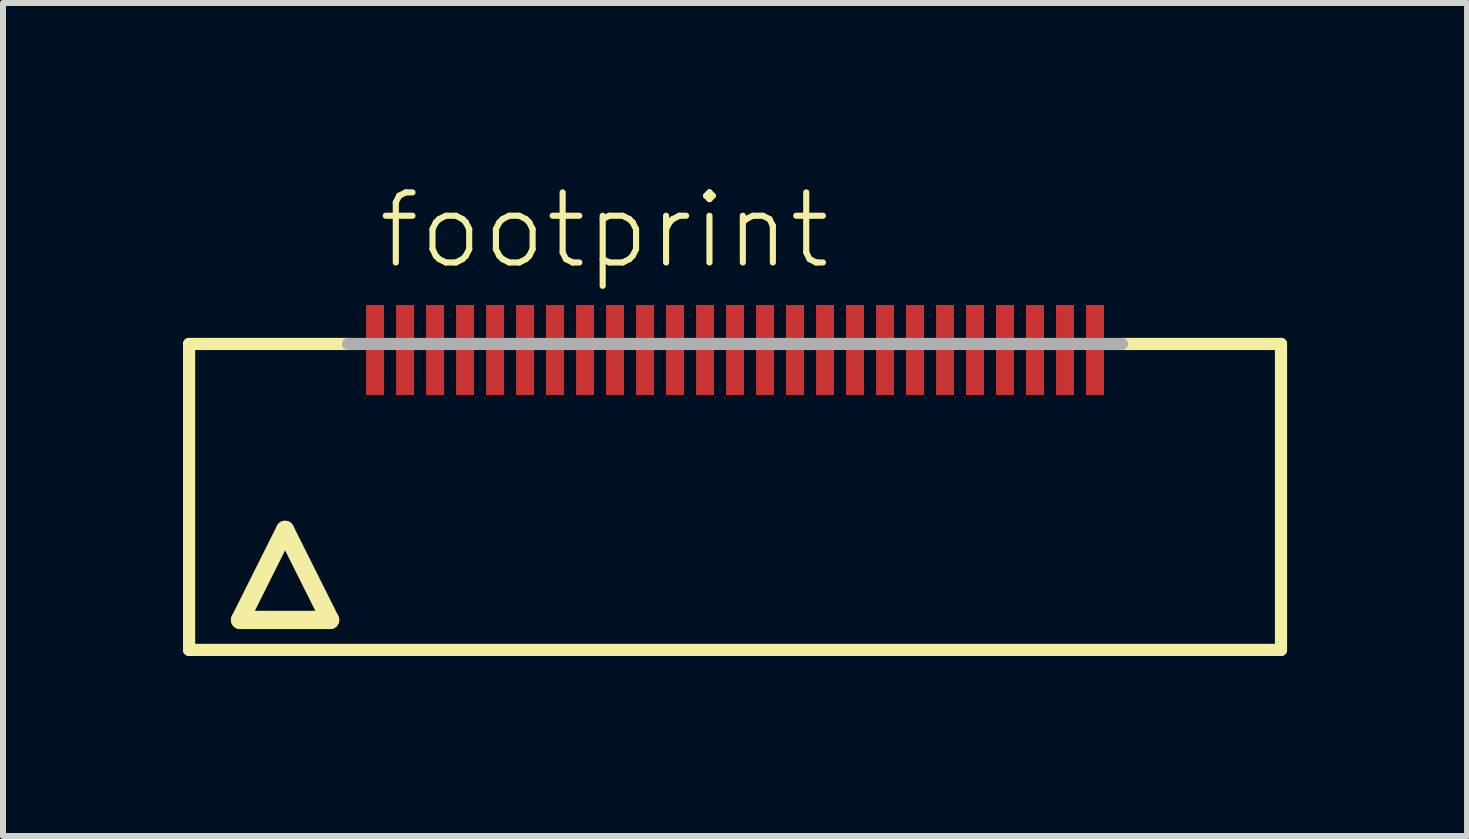
<source format=kicad_pcb>
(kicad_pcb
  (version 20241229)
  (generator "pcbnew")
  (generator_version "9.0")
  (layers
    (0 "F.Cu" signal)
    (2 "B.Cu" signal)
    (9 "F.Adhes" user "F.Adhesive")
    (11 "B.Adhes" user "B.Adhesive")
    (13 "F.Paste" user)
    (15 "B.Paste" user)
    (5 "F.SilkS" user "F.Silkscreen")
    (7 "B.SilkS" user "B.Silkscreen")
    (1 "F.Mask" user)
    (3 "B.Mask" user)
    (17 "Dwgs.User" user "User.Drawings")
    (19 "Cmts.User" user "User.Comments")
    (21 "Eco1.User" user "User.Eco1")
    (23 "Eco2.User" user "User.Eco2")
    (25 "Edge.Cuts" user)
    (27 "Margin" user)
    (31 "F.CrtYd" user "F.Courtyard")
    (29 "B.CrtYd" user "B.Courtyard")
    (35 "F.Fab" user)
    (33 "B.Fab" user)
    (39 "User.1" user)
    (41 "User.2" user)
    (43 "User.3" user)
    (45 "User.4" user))
  (footprint "footprint"
    (layer "F.Cu")
    (at 9.202 5.283)
    (property "Reference" "footprint" (at -6 -3.81 0) (layer "F.SilkS") (effects (font (size 1.168 1.168) (thickness 0.102)) (justify left bottom)))
    (fp_line (start -9.1 -2.6) (end -6.45 -2.6) (stroke (width 0.203) (type solid)) (layer "F.SilkS"))
    (fp_line (start -9.1 2.5) (end -9.1 -2.6) (stroke (width 0.203) (type solid)) (layer "F.SilkS"))
    (fp_line (start -8.25 2) (end -6.75 2) (stroke (width 0.305) (type solid)) (layer "F.SilkS"))
    (fp_line (start -7.5 0.5) (end -8.25 2) (stroke (width 0.305) (type solid)) (layer "F.SilkS"))
    (fp_line (start -6.75 2) (end -7.5 0.5) (stroke (width 0.305) (type solid)) (layer "F.SilkS"))
    (fp_line (start 6.45 -2.6) (end 9.1 -2.6) (stroke (width 0.203) (type solid)) (layer "F.SilkS"))
    (fp_line (start 9.1 -2.6) (end 9.1 2.5) (stroke (width 0.203) (type solid)) (layer "F.SilkS"))
    (fp_line (start 9.1 2.5) (end -9.1 2.5) (stroke (width 0.203) (type solid)) (layer "F.SilkS"))
    (fp_line (start -6.45 -2.6) (end 6.45 -2.6) (stroke (width 0.203) (type solid)) (layer "F.Fab"))
    (pad "1" smd rect (at -6 -2.5) (size 0.3 1.5) (layers "F.Cu" "F.Mask" "F.Paste"))
    (pad "2" smd rect (at -5.5 -2.5) (size 0.3 1.5) (layers "F.Cu" "F.Mask" "F.Paste"))
    (pad "3" smd rect (at -5 -2.5) (size 0.3 1.5) (layers "F.Cu" "F.Mask" "F.Paste"))
    (pad "4" smd rect (at -4.5 -2.5) (size 0.3 1.5) (layers "F.Cu" "F.Mask" "F.Paste"))
    (pad "5" smd rect (at -4 -2.5) (size 0.3 1.5) (layers "F.Cu" "F.Mask" "F.Paste"))
    (pad "6" smd rect (at -3.5 -2.5) (size 0.3 1.5) (layers "F.Cu" "F.Mask" "F.Paste"))
    (pad "7" smd rect (at -3 -2.5) (size 0.3 1.5) (layers "F.Cu" "F.Mask" "F.Paste"))
    (pad "8" smd rect (at -2.5 -2.5) (size 0.3 1.5) (layers "F.Cu" "F.Mask" "F.Paste"))
    (pad "9" smd rect (at -2 -2.5) (size 0.3 1.5) (layers "F.Cu" "F.Mask" "F.Paste"))
    (pad "10" smd rect (at -1.5 -2.5) (size 0.3 1.5) (layers "F.Cu" "F.Mask" "F.Paste"))
    (pad "11" smd rect (at -1 -2.5) (size 0.3 1.5) (layers "F.Cu" "F.Mask" "F.Paste"))
    (pad "12" smd rect (at -0.5 -2.5) (size 0.3 1.5) (layers "F.Cu" "F.Mask" "F.Paste"))
    (pad "13" smd rect (at 0 -2.5) (size 0.3 1.5) (layers "F.Cu" "F.Mask" "F.Paste"))
    (pad "14" smd rect (at 0.5 -2.5) (size 0.3 1.5) (layers "F.Cu" "F.Mask" "F.Paste"))
    (pad "15" smd rect (at 1 -2.5) (size 0.3 1.5) (layers "F.Cu" "F.Mask" "F.Paste"))
    (pad "16" smd rect (at 1.5 -2.5) (size 0.3 1.5) (layers "F.Cu" "F.Mask" "F.Paste"))
    (pad "17" smd rect (at 2 -2.5) (size 0.3 1.5) (layers "F.Cu" "F.Mask" "F.Paste"))
    (pad "18" smd rect (at 2.5 -2.5) (size 0.3 1.5) (layers "F.Cu" "F.Mask" "F.Paste"))
    (pad "19" smd rect (at 3 -2.5) (size 0.3 1.5) (layers "F.Cu" "F.Mask" "F.Paste"))
    (pad "20" smd rect (at 3.5 -2.5) (size 0.3 1.5) (layers "F.Cu" "F.Mask" "F.Paste"))
    (pad "21" smd rect (at 4 -2.5) (size 0.3 1.5) (layers "F.Cu" "F.Mask" "F.Paste"))
    (pad "22" smd rect (at 4.5 -2.5) (size 0.3 1.5) (layers "F.Cu" "F.Mask" "F.Paste"))
    (pad "23" smd rect (at 5 -2.5) (size 0.3 1.5) (layers "F.Cu" "F.Mask" "F.Paste"))
    (pad "24" smd rect (at 5.5 -2.5) (size 0.3 1.5) (layers "F.Cu" "F.Mask" "F.Paste"))
    (pad "25" smd rect (at 6 -2.5) (size 0.3 1.5) (layers "F.Cu" "F.Mask" "F.Paste")))
  (gr_rect
    (start -3 -3)
    (end 21.403 10.885)
    (stroke (width 0.1) (type default))
    (fill no)
    (layer "Edge.Cuts")))
</source>
